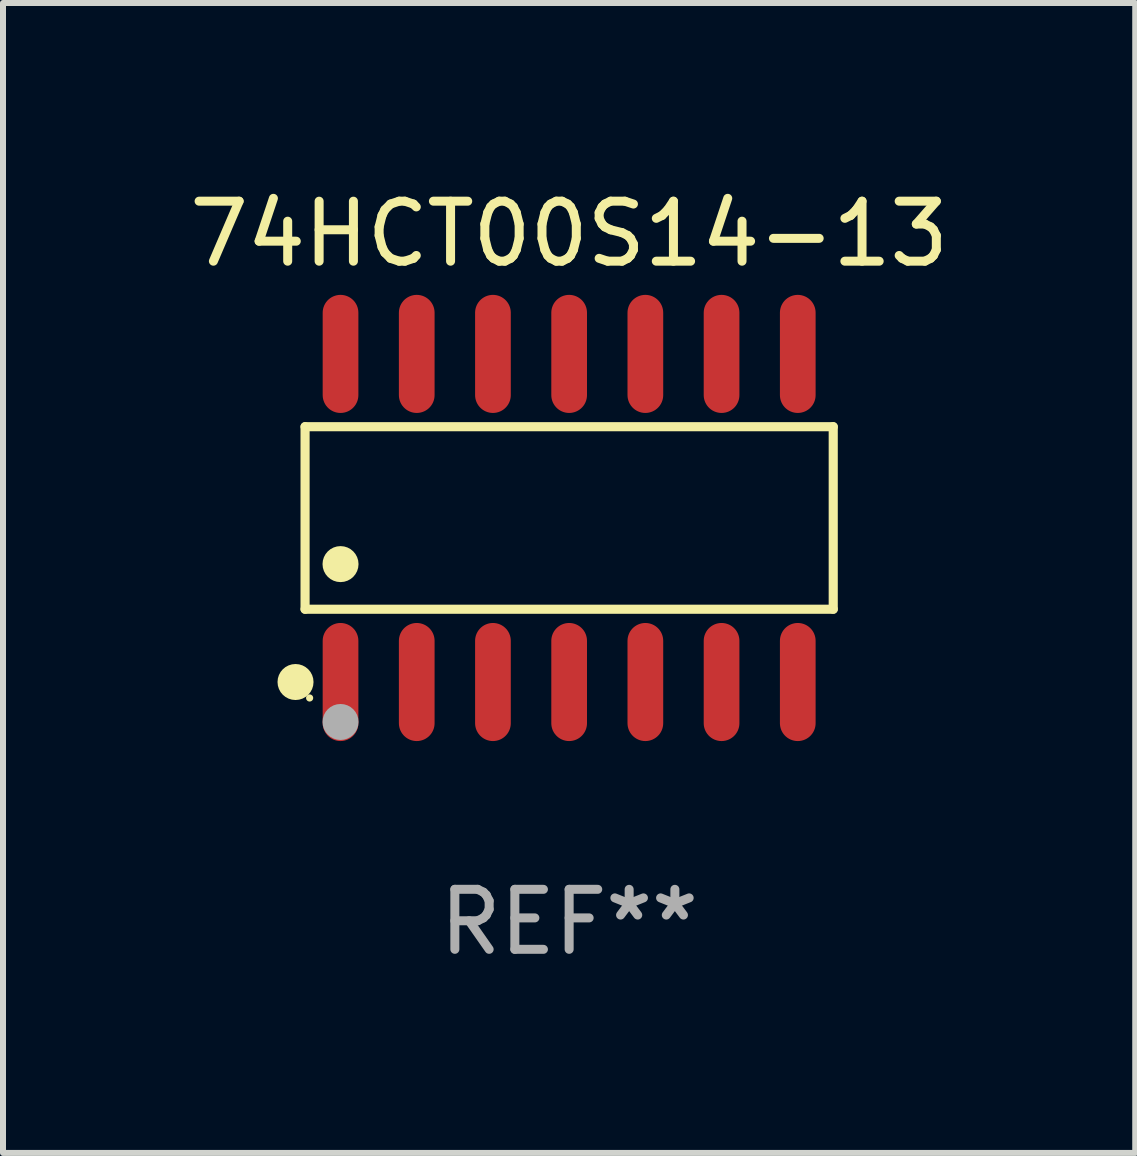
<source format=kicad_pcb>
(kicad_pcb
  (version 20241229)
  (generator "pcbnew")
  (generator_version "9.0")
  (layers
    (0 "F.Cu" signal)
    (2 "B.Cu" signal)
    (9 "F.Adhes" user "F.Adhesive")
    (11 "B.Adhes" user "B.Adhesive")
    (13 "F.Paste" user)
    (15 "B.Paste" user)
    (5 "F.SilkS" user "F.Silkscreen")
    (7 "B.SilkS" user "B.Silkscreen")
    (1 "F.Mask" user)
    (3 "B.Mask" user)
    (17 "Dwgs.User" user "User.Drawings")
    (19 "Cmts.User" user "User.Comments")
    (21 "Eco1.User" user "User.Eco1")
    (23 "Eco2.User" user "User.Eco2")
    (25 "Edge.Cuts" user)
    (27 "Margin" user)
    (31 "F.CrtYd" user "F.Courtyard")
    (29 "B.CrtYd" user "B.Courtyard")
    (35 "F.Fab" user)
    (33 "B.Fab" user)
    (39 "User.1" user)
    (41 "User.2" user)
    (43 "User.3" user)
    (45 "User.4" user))
  (footprint "74HCT00S14-13"
    (layer "F.Cu")
    (at 6.435 5.582)
    (property "Reference" "74HCT00S14-13" (at 0 -4.734 0) (layer "F.SilkS") (effects (font (size 1 1) (thickness 0.15))))
    (attr through_hole)
    (fp_line (start -4.401 -1.521) (end 4.401 -1.521) (stroke (width 0.152) (type solid)) (layer "F.SilkS"))
    (fp_line (start -4.401 1.521) (end -4.401 -1.521) (stroke (width 0.152) (type solid)) (layer "F.SilkS"))
    (fp_line (start 4.401 -1.521) (end 4.401 1.521) (stroke (width 0.152) (type solid)) (layer "F.SilkS"))
    (fp_line (start 4.401 1.521) (end -4.401 1.521) (stroke (width 0.152) (type solid)) (layer "F.SilkS"))
    (fp_circle (center -4.56 2.734) (end -4.41 2.734) (stroke (width 0.3) (type solid)) (fill no) (layer "F.SilkS"))
    (fp_circle (center -4.325 3) (end -4.295 3) (stroke (width 0.06) (type solid)) (fill no) (layer "F.SilkS"))
    (fp_circle (center -3.81 0.769) (end -3.66 0.769) (stroke (width 0.3) (type solid)) (fill no) (layer "F.SilkS"))
    (fp_circle (center -3.81 3.4) (end -3.66 3.4) (stroke (width 0.3) (type solid)) (fill no) (layer "F.Fab"))
    (fp_text user "REF**" (at 0 6.734 0) (layer "F.Fab") (effects (font (size 1 1) (thickness 0.15))))
    (pad "1" smd oval (at -3.81 2.734) (size 0.595 1.968) (layers "F.Cu" "F.Mask" "F.Paste"))
    (pad "2" smd oval (at -2.54 2.734) (size 0.595 1.968) (layers "F.Cu" "F.Mask" "F.Paste"))
    (pad "3" smd oval (at -1.27 2.734) (size 0.595 1.968) (layers "F.Cu" "F.Mask" "F.Paste"))
    (pad "4" smd oval (at 0 2.734) (size 0.595 1.968) (layers "F.Cu" "F.Mask" "F.Paste"))
    (pad "5" smd oval (at 1.27 2.734) (size 0.595 1.968) (layers "F.Cu" "F.Mask" "F.Paste"))
    (pad "6" smd oval (at 2.54 2.734) (size 0.595 1.968) (layers "F.Cu" "F.Mask" "F.Paste"))
    (pad "7" smd oval (at 3.81 2.734) (size 0.595 1.968) (layers "F.Cu" "F.Mask" "F.Paste"))
    (pad "8" smd oval (at 3.81 -2.734) (size 0.595 1.968) (layers "F.Cu" "F.Mask" "F.Paste"))
    (pad "9" smd oval (at 2.54 -2.734) (size 0.595 1.968) (layers "F.Cu" "F.Mask" "F.Paste"))
    (pad "10" smd oval (at 1.27 -2.734) (size 0.595 1.968) (layers "F.Cu" "F.Mask" "F.Paste"))
    (pad "11" smd oval (at 0 -2.734) (size 0.595 1.968) (layers "F.Cu" "F.Mask" "F.Paste"))
    (pad "12" smd oval (at -1.27 -2.734) (size 0.595 1.968) (layers "F.Cu" "F.Mask" "F.Paste"))
    (pad "13" smd oval (at -2.54 -2.734) (size 0.595 1.968) (layers "F.Cu" "F.Mask" "F.Paste"))
    (pad "14" smd oval (at -3.81 -2.734) (size 0.595 1.968) (layers "F.Cu" "F.Mask" "F.Paste")))
  (gr_rect
    (start -3 -3)
    (end 15.869 16.164)
    (stroke (width 0.1) (type default))
    (fill no)
    (layer "Edge.Cuts")))
</source>
